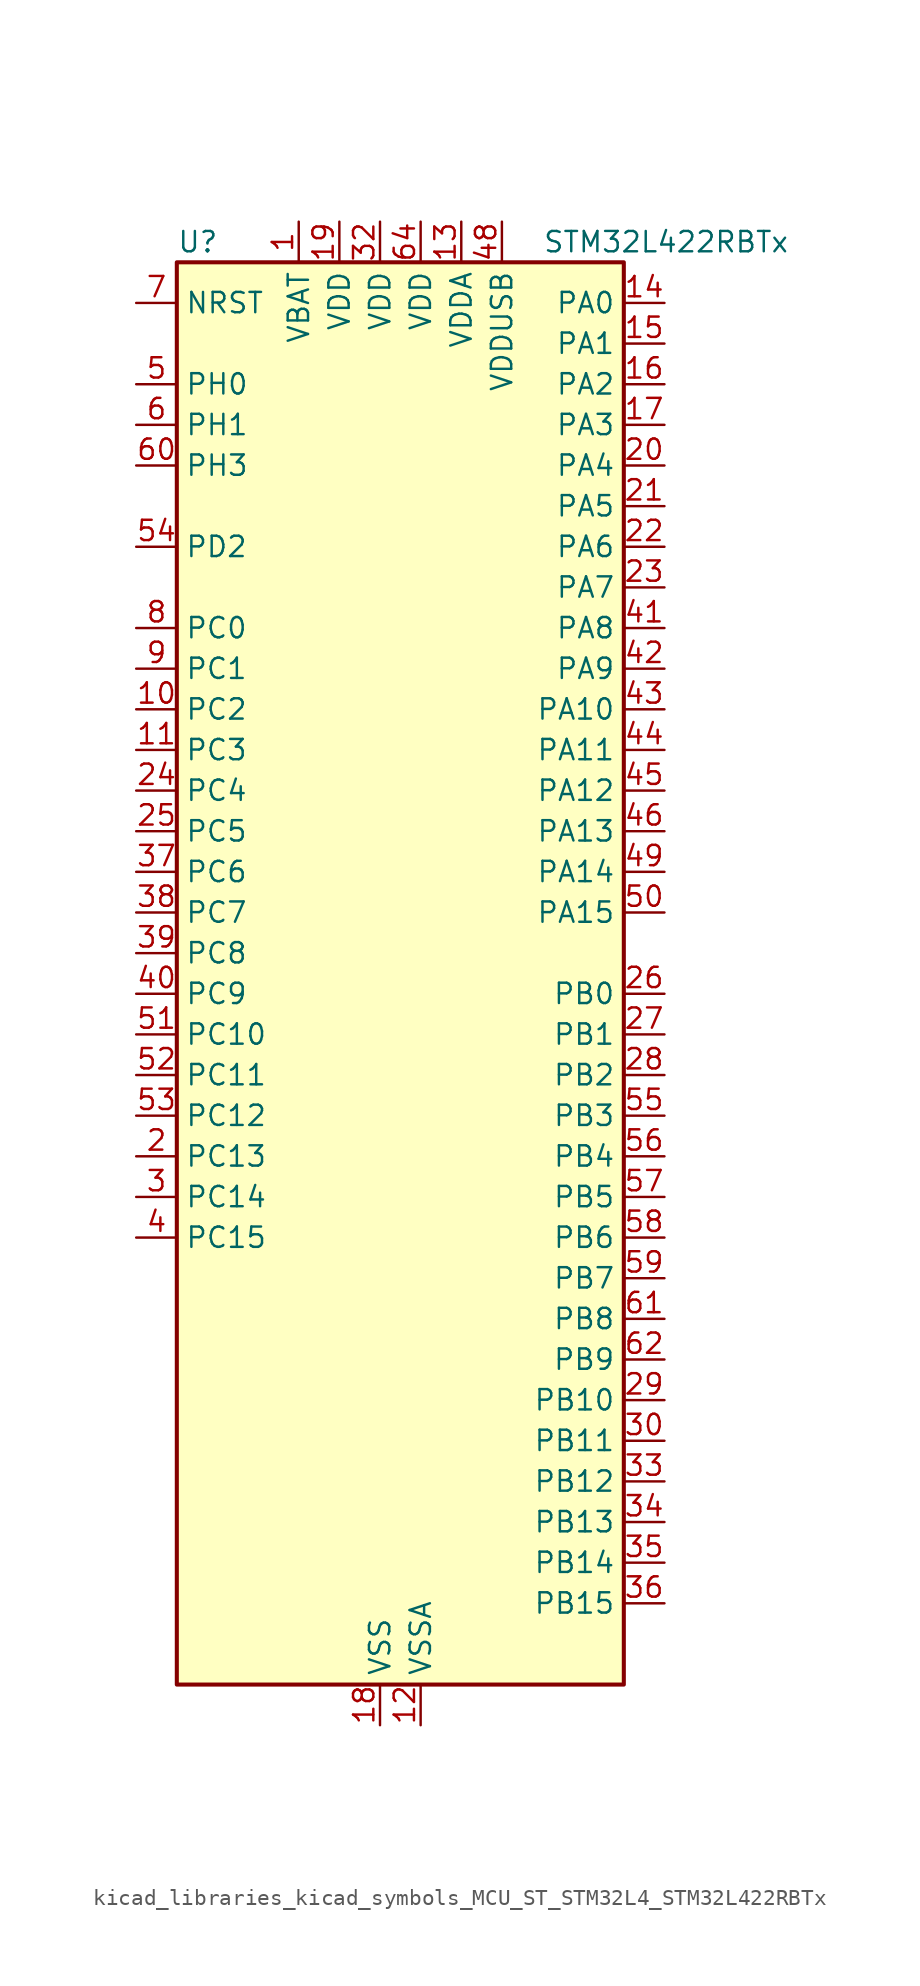
<source format=kicad_sym>
(kicad_symbol_lib
  (version 20220914)
  (generator kicad_symbol_editor)
  (symbol "kicad_libraries_kicad_symbols_MCU_ST_STM32L4_STM32L422RBTx"
    (property "Reference" "U"
      (at -12.7 46.99 0)
      (effects (font (size 1.27 1.27)) (justify left)))
    (property "Value" "STM32L422RBTx"
      (at 10.16 46.99 0)
      (effects (font (size 1.27 1.27)) (justify left)))
    (property "ki_locked" ""
      (at 0 0 0)
      (effects (font (size 1.27 1.27))))
    (symbol "kicad_libraries_kicad_symbols_MCU_ST_STM32L4_STM32L422RBTx_0_1"
      (rectangle (start -12.7 -43.18) (end 15.24 45.72) (stroke (width 0.254) (type default)) (fill (type background))))
    (symbol "kicad_libraries_kicad_symbols_MCU_ST_STM32L4_STM32L422RBTx_1_1"
      (pin power_in line (at -5.08 48.26 270) (length 2.54) (name "VBAT" (effects (font (size 1.27 1.27)))) (number "1" (effects (font (size 1.27 1.27)))))
      (pin bidirectional line (at -15.24 17.78 0) (length 2.54) (name "PC2" (effects (font (size 1.27 1.27)))) (number "10" (effects (font (size 1.27 1.27)))) (alternate "ADC1_IN3" bidirectional line) (alternate "ADC2_IN3" bidirectional line) (alternate "LPTIM1_IN2" bidirectional line) (alternate "SPI2_MISO" bidirectional line))
      (pin bidirectional line (at -15.24 15.24 0) (length 2.54) (name "PC3" (effects (font (size 1.27 1.27)))) (number "11" (effects (font (size 1.27 1.27)))) (alternate "ADC1_IN4" bidirectional line) (alternate "ADC2_IN4" bidirectional line) (alternate "LPTIM1_ETR" bidirectional line) (alternate "LPTIM2_ETR" bidirectional line) (alternate "SPI2_MOSI" bidirectional line))
      (pin power_in line (at 2.54 -45.72 90) (length 2.54) (name "VSSA" (effects (font (size 1.27 1.27)))) (number "12" (effects (font (size 1.27 1.27)))))
      (pin power_in line (at 5.08 48.26 270) (length 2.54) (name "VDDA" (effects (font (size 1.27 1.27)))) (number "13" (effects (font (size 1.27 1.27)))))
      (pin bidirectional line (at 17.78 43.18 180) (length 2.54) (name "PA0" (effects (font (size 1.27 1.27)))) (number "14" (effects (font (size 1.27 1.27)))) (alternate "ADC1_IN5" bidirectional line) (alternate "COMP1_INM" bidirectional line) (alternate "COMP1_OUT" bidirectional line) (alternate "OPAMP1_VINP" bidirectional line) (alternate "RTC_TAMP2" bidirectional line) (alternate "SYS_WKUP1" bidirectional line) (alternate "TIM2_CH1" bidirectional line) (alternate "TIM2_ETR" bidirectional line) (alternate "USART2_CTS" bidirectional line))
      (pin bidirectional line (at 17.78 40.64 180) (length 2.54) (name "PA1" (effects (font (size 1.27 1.27)))) (number "15" (effects (font (size 1.27 1.27)))) (alternate "ADC1_IN6" bidirectional line) (alternate "COMP1_INP" bidirectional line) (alternate "I2C1_SMBA" bidirectional line) (alternate "OPAMP1_VINM" bidirectional line) (alternate "SPI1_SCK" bidirectional line) (alternate "TIM15_CH1N" bidirectional line) (alternate "TIM2_CH2" bidirectional line) (alternate "USART2_DE" bidirectional line) (alternate "USART2_RTS" bidirectional line))
      (pin bidirectional line (at 17.78 38.1 180) (length 2.54) (name "PA2" (effects (font (size 1.27 1.27)))) (number "16" (effects (font (size 1.27 1.27)))) (alternate "ADC1_IN7" bidirectional line) (alternate "ADC2_IN7" bidirectional line) (alternate "LPUART1_TX" bidirectional line) (alternate "QUADSPI_BK1_NCS" bidirectional line) (alternate "RCC_LSCO" bidirectional line) (alternate "SYS_WKUP4" bidirectional line) (alternate "TIM15_CH1" bidirectional line) (alternate "TIM2_CH3" bidirectional line) (alternate "USART2_TX" bidirectional line))
      (pin bidirectional line (at 17.78 35.56 180) (length 2.54) (name "PA3" (effects (font (size 1.27 1.27)))) (number "17" (effects (font (size 1.27 1.27)))) (alternate "ADC1_IN8" bidirectional line) (alternate "ADC2_IN8" bidirectional line) (alternate "LPUART1_RX" bidirectional line) (alternate "OPAMP1_VOUT" bidirectional line) (alternate "QUADSPI_CLK" bidirectional line) (alternate "TIM15_CH2" bidirectional line) (alternate "TIM2_CH4" bidirectional line) (alternate "USART2_RX" bidirectional line))
      (pin power_in line (at 0 -45.72 90) (length 2.54) (name "VSS" (effects (font (size 1.27 1.27)))) (number "18" (effects (font (size 1.27 1.27)))))
      (pin power_in line (at -2.54 48.26 270) (length 2.54) (name "VDD" (effects (font (size 1.27 1.27)))) (number "19" (effects (font (size 1.27 1.27)))))
      (pin bidirectional line (at -15.24 -10.16 0) (length 2.54) (name "PC13" (effects (font (size 1.27 1.27)))) (number "2" (effects (font (size 1.27 1.27)))) (alternate "RTC_OUT_ALARM" bidirectional line) (alternate "RTC_OUT_CALIB" bidirectional line) (alternate "RTC_TAMP1" bidirectional line) (alternate "RTC_TS" bidirectional line) (alternate "SYS_WKUP2" bidirectional line))
      (pin bidirectional line (at 17.78 33.02 180) (length 2.54) (name "PA4" (effects (font (size 1.27 1.27)))) (number "20" (effects (font (size 1.27 1.27)))) (alternate "ADC1_IN9" bidirectional line) (alternate "ADC2_IN9" bidirectional line) (alternate "COMP1_INM" bidirectional line) (alternate "LPTIM2_OUT" bidirectional line) (alternate "SPI1_NSS" bidirectional line) (alternate "USART2_CK" bidirectional line))
      (pin bidirectional line (at 17.78 30.48 180) (length 2.54) (name "PA5" (effects (font (size 1.27 1.27)))) (number "21" (effects (font (size 1.27 1.27)))) (alternate "ADC1_IN10" bidirectional line) (alternate "ADC2_IN10" bidirectional line) (alternate "COMP1_INM" bidirectional line) (alternate "LPTIM2_ETR" bidirectional line) (alternate "SPI1_SCK" bidirectional line) (alternate "TIM2_CH1" bidirectional line) (alternate "TIM2_ETR" bidirectional line))
      (pin bidirectional line (at 17.78 27.94 180) (length 2.54) (name "PA6" (effects (font (size 1.27 1.27)))) (number "22" (effects (font (size 1.27 1.27)))) (alternate "ADC1_IN11" bidirectional line) (alternate "ADC2_IN11" bidirectional line) (alternate "COMP1_OUT" bidirectional line) (alternate "LPUART1_CTS" bidirectional line) (alternate "QUADSPI_BK1_IO3" bidirectional line) (alternate "SPI1_MISO" bidirectional line) (alternate "TIM16_CH1" bidirectional line) (alternate "TIM1_BKIN" bidirectional line) (alternate "USART3_CTS" bidirectional line))
      (pin bidirectional line (at 17.78 25.4 180) (length 2.54) (name "PA7" (effects (font (size 1.27 1.27)))) (number "23" (effects (font (size 1.27 1.27)))) (alternate "ADC1_IN12" bidirectional line) (alternate "ADC2_IN12" bidirectional line) (alternate "I2C3_SCL" bidirectional line) (alternate "QUADSPI_BK1_IO2" bidirectional line) (alternate "SPI1_MOSI" bidirectional line) (alternate "TIM1_CH1N" bidirectional line))
      (pin bidirectional line (at -15.24 12.7 0) (length 2.54) (name "PC4" (effects (font (size 1.27 1.27)))) (number "24" (effects (font (size 1.27 1.27)))) (alternate "ADC1_IN13" bidirectional line) (alternate "ADC2_IN13" bidirectional line) (alternate "COMP1_INM" bidirectional line) (alternate "USART3_TX" bidirectional line))
      (pin bidirectional line (at -15.24 10.16 0) (length 2.54) (name "PC5" (effects (font (size 1.27 1.27)))) (number "25" (effects (font (size 1.27 1.27)))) (alternate "ADC1_IN14" bidirectional line) (alternate "ADC2_IN14" bidirectional line) (alternate "COMP1_INP" bidirectional line) (alternate "SYS_WKUP5" bidirectional line) (alternate "USART3_RX" bidirectional line))
      (pin bidirectional line (at 17.78 0 180) (length 2.54) (name "PB0" (effects (font (size 1.27 1.27)))) (number "26" (effects (font (size 1.27 1.27)))) (alternate "ADC1_IN15" bidirectional line) (alternate "ADC2_IN15" bidirectional line) (alternate "COMP1_OUT" bidirectional line) (alternate "QUADSPI_BK1_IO1" bidirectional line) (alternate "SPI1_NSS" bidirectional line) (alternate "SYS_TRACED0" bidirectional line) (alternate "TIM1_CH2N" bidirectional line) (alternate "USART3_CK" bidirectional line))
      (pin bidirectional line (at 17.78 -2.54 180) (length 2.54) (name "PB1" (effects (font (size 1.27 1.27)))) (number "27" (effects (font (size 1.27 1.27)))) (alternate "ADC1_IN16" bidirectional line) (alternate "ADC2_IN16" bidirectional line) (alternate "COMP1_INM" bidirectional line) (alternate "LPTIM2_IN1" bidirectional line) (alternate "LPUART1_DE" bidirectional line) (alternate "LPUART1_RTS" bidirectional line) (alternate "QUADSPI_BK1_IO0" bidirectional line) (alternate "SYS_TRACED1" bidirectional line) (alternate "TIM1_CH3N" bidirectional line) (alternate "USART3_DE" bidirectional line) (alternate "USART3_RTS" bidirectional line))
      (pin bidirectional line (at 17.78 -5.08 180) (length 2.54) (name "PB2" (effects (font (size 1.27 1.27)))) (number "28" (effects (font (size 1.27 1.27)))) (alternate "COMP1_INP" bidirectional line) (alternate "I2C3_SMBA" bidirectional line) (alternate "LPTIM1_OUT" bidirectional line) (alternate "RTC_OUT_ALARM" bidirectional line) (alternate "RTC_OUT_CALIB" bidirectional line))
      (pin bidirectional line (at 17.78 -25.4 180) (length 2.54) (name "PB10" (effects (font (size 1.27 1.27)))) (number "29" (effects (font (size 1.27 1.27)))) (alternate "COMP1_OUT" bidirectional line) (alternate "I2C2_SCL" bidirectional line) (alternate "LPUART1_RX" bidirectional line) (alternate "QUADSPI_CLK" bidirectional line) (alternate "SPI2_SCK" bidirectional line) (alternate "TIM2_CH3" bidirectional line) (alternate "TSC_SYNC" bidirectional line) (alternate "USART3_TX" bidirectional line))
      (pin bidirectional line (at -15.24 -12.7 0) (length 2.54) (name "PC14" (effects (font (size 1.27 1.27)))) (number "3" (effects (font (size 1.27 1.27)))) (alternate "RCC_OSC32_IN" bidirectional line))
      (pin bidirectional line (at 17.78 -27.94 180) (length 2.54) (name "PB11" (effects (font (size 1.27 1.27)))) (number "30" (effects (font (size 1.27 1.27)))) (alternate "ADC1_EXTI11" bidirectional line) (alternate "ADC2_EXTI11" bidirectional line) (alternate "I2C2_SDA" bidirectional line) (alternate "LPUART1_TX" bidirectional line) (alternate "QUADSPI_BK1_NCS" bidirectional line) (alternate "TIM2_CH4" bidirectional line) (alternate "USART3_RX" bidirectional line))
      (pin passive line (at 0 -45.72 90) (length 2.54) hide (name "VSS" (effects (font (size 1.27 1.27)))) (number "31" (effects (font (size 1.27 1.27)))))
      (pin power_in line (at 0 48.26 270) (length 2.54) (name "VDD" (effects (font (size 1.27 1.27)))) (number "32" (effects (font (size 1.27 1.27)))))
      (pin bidirectional line (at 17.78 -30.48 180) (length 2.54) (name "PB12" (effects (font (size 1.27 1.27)))) (number "33" (effects (font (size 1.27 1.27)))) (alternate "I2C2_SMBA" bidirectional line) (alternate "LPUART1_DE" bidirectional line) (alternate "LPUART1_RTS" bidirectional line) (alternate "SPI2_NSS" bidirectional line) (alternate "TIM15_BKIN" bidirectional line) (alternate "TIM1_BKIN" bidirectional line) (alternate "TSC_G1_IO1" bidirectional line) (alternate "USART3_CK" bidirectional line))
      (pin bidirectional line (at 17.78 -33.02 180) (length 2.54) (name "PB13" (effects (font (size 1.27 1.27)))) (number "34" (effects (font (size 1.27 1.27)))) (alternate "I2C2_SCL" bidirectional line) (alternate "LPUART1_CTS" bidirectional line) (alternate "SPI2_SCK" bidirectional line) (alternate "TIM15_CH1N" bidirectional line) (alternate "TIM1_CH1N" bidirectional line) (alternate "TSC_G1_IO2" bidirectional line) (alternate "USART3_CTS" bidirectional line))
      (pin bidirectional line (at 17.78 -35.56 180) (length 2.54) (name "PB14" (effects (font (size 1.27 1.27)))) (number "35" (effects (font (size 1.27 1.27)))) (alternate "I2C2_SDA" bidirectional line) (alternate "SPI2_MISO" bidirectional line) (alternate "TIM15_CH1" bidirectional line) (alternate "TIM1_CH2N" bidirectional line) (alternate "TSC_G1_IO3" bidirectional line) (alternate "USART3_DE" bidirectional line) (alternate "USART3_RTS" bidirectional line))
      (pin bidirectional line (at 17.78 -38.1 180) (length 2.54) (name "PB15" (effects (font (size 1.27 1.27)))) (number "36" (effects (font (size 1.27 1.27)))) (alternate "ADC1_EXTI15" bidirectional line) (alternate "ADC2_EXTI15" bidirectional line) (alternate "RTC_REFIN" bidirectional line) (alternate "SPI2_MOSI" bidirectional line) (alternate "TIM15_CH2" bidirectional line) (alternate "TIM1_CH3N" bidirectional line) (alternate "TSC_G1_IO4" bidirectional line))
      (pin bidirectional line (at -15.24 7.62 0) (length 2.54) (name "PC6" (effects (font (size 1.27 1.27)))) (number "37" (effects (font (size 1.27 1.27)))) (alternate "TSC_G4_IO1" bidirectional line))
      (pin bidirectional line (at -15.24 5.08 0) (length 2.54) (name "PC7" (effects (font (size 1.27 1.27)))) (number "38" (effects (font (size 1.27 1.27)))) (alternate "TSC_G4_IO2" bidirectional line))
      (pin bidirectional line (at -15.24 2.54 0) (length 2.54) (name "PC8" (effects (font (size 1.27 1.27)))) (number "39" (effects (font (size 1.27 1.27)))) (alternate "TSC_G4_IO3" bidirectional line))
      (pin bidirectional line (at -15.24 -15.24 0) (length 2.54) (name "PC15" (effects (font (size 1.27 1.27)))) (number "4" (effects (font (size 1.27 1.27)))) (alternate "ADC1_EXTI15" bidirectional line) (alternate "ADC2_EXTI15" bidirectional line) (alternate "RCC_OSC32_OUT" bidirectional line))
      (pin bidirectional line (at -15.24 0 0) (length 2.54) (name "PC9" (effects (font (size 1.27 1.27)))) (number "40" (effects (font (size 1.27 1.27)))) (alternate "TSC_G4_IO4" bidirectional line) (alternate "USB_NOE" bidirectional line))
      (pin bidirectional line (at 17.78 22.86 180) (length 2.54) (name "PA8" (effects (font (size 1.27 1.27)))) (number "41" (effects (font (size 1.27 1.27)))) (alternate "LPTIM2_OUT" bidirectional line) (alternate "RCC_MCO" bidirectional line) (alternate "TIM1_CH1" bidirectional line) (alternate "USART1_CK" bidirectional line))
      (pin bidirectional line (at 17.78 20.32 180) (length 2.54) (name "PA9" (effects (font (size 1.27 1.27)))) (number "42" (effects (font (size 1.27 1.27)))) (alternate "I2C1_SCL" bidirectional line) (alternate "TIM15_BKIN" bidirectional line) (alternate "TIM1_CH2" bidirectional line) (alternate "USART1_TX" bidirectional line))
      (pin bidirectional line (at 17.78 17.78 180) (length 2.54) (name "PA10" (effects (font (size 1.27 1.27)))) (number "43" (effects (font (size 1.27 1.27)))) (alternate "CRS_SYNC" bidirectional line) (alternate "I2C1_SDA" bidirectional line) (alternate "TIM1_CH3" bidirectional line) (alternate "USART1_RX" bidirectional line))
      (pin bidirectional line (at 17.78 15.24 180) (length 2.54) (name "PA11" (effects (font (size 1.27 1.27)))) (number "44" (effects (font (size 1.27 1.27)))) (alternate "ADC1_EXTI11" bidirectional line) (alternate "ADC2_EXTI11" bidirectional line) (alternate "COMP1_OUT" bidirectional line) (alternate "SPI1_MISO" bidirectional line) (alternate "TIM1_BKIN2" bidirectional line) (alternate "TIM1_BKIN2_COMP1" bidirectional line) (alternate "TIM1_CH4" bidirectional line) (alternate "USART1_CTS" bidirectional line) (alternate "USB_DM" bidirectional line))
      (pin bidirectional line (at 17.78 12.7 180) (length 2.54) (name "PA12" (effects (font (size 1.27 1.27)))) (number "45" (effects (font (size 1.27 1.27)))) (alternate "SPI1_MOSI" bidirectional line) (alternate "TIM1_ETR" bidirectional line) (alternate "USART1_DE" bidirectional line) (alternate "USART1_RTS" bidirectional line) (alternate "USB_DP" bidirectional line))
      (pin bidirectional line (at 17.78 10.16 180) (length 2.54) (name "PA13" (effects (font (size 1.27 1.27)))) (number "46" (effects (font (size 1.27 1.27)))) (alternate "IR_OUT" bidirectional line) (alternate "SYS_JTMS-SWDIO" bidirectional line) (alternate "USB_NOE" bidirectional line))
      (pin passive line (at 0 -45.72 90) (length 2.54) hide (name "VSS" (effects (font (size 1.27 1.27)))) (number "47" (effects (font (size 1.27 1.27)))))
      (pin power_in line (at 7.62 48.26 270) (length 2.54) (name "VDDUSB" (effects (font (size 1.27 1.27)))) (number "48" (effects (font (size 1.27 1.27)))))
      (pin bidirectional line (at 17.78 7.62 180) (length 2.54) (name "PA14" (effects (font (size 1.27 1.27)))) (number "49" (effects (font (size 1.27 1.27)))) (alternate "I2C1_SMBA" bidirectional line) (alternate "LPTIM1_OUT" bidirectional line) (alternate "SYS_JTCK-SWCLK" bidirectional line))
      (pin bidirectional line (at -15.24 38.1 0) (length 2.54) (name "PH0" (effects (font (size 1.27 1.27)))) (number "5" (effects (font (size 1.27 1.27)))) (alternate "RCC_OSC_IN" bidirectional line))
      (pin bidirectional line (at 17.78 5.08 180) (length 2.54) (name "PA15" (effects (font (size 1.27 1.27)))) (number "50" (effects (font (size 1.27 1.27)))) (alternate "ADC1_EXTI15" bidirectional line) (alternate "ADC2_EXTI15" bidirectional line) (alternate "SPI1_NSS" bidirectional line) (alternate "SYS_JTDI" bidirectional line) (alternate "TIM2_CH1" bidirectional line) (alternate "TIM2_ETR" bidirectional line) (alternate "TSC_G3_IO1" bidirectional line) (alternate "USART2_RX" bidirectional line) (alternate "USART3_DE" bidirectional line) (alternate "USART3_RTS" bidirectional line))
      (pin bidirectional line (at -15.24 -2.54 0) (length 2.54) (name "PC10" (effects (font (size 1.27 1.27)))) (number "51" (effects (font (size 1.27 1.27)))) (alternate "SYS_TRACED1" bidirectional line) (alternate "TSC_G3_IO2" bidirectional line) (alternate "USART3_TX" bidirectional line))
      (pin bidirectional line (at -15.24 -5.08 0) (length 2.54) (name "PC11" (effects (font (size 1.27 1.27)))) (number "52" (effects (font (size 1.27 1.27)))) (alternate "ADC1_EXTI11" bidirectional line) (alternate "ADC2_EXTI11" bidirectional line) (alternate "TSC_G3_IO3" bidirectional line) (alternate "USART3_RX" bidirectional line))
      (pin bidirectional line (at -15.24 -7.62 0) (length 2.54) (name "PC12" (effects (font (size 1.27 1.27)))) (number "53" (effects (font (size 1.27 1.27)))) (alternate "SYS_TRACED3" bidirectional line) (alternate "TSC_G3_IO4" bidirectional line) (alternate "USART3_CK" bidirectional line))
      (pin bidirectional line (at -15.24 27.94 0) (length 2.54) (name "PD2" (effects (font (size 1.27 1.27)))) (number "54" (effects (font (size 1.27 1.27)))) (alternate "SYS_TRACED2" bidirectional line) (alternate "TSC_SYNC" bidirectional line) (alternate "USART3_DE" bidirectional line) (alternate "USART3_RTS" bidirectional line))
      (pin bidirectional line (at 17.78 -7.62 180) (length 2.54) (name "PB3" (effects (font (size 1.27 1.27)))) (number "55" (effects (font (size 1.27 1.27)))) (alternate "SPI1_SCK" bidirectional line) (alternate "SYS_JTDO-SWO" bidirectional line) (alternate "TIM2_CH2" bidirectional line) (alternate "USART1_DE" bidirectional line) (alternate "USART1_RTS" bidirectional line))
      (pin bidirectional line (at 17.78 -10.16 180) (length 2.54) (name "PB4" (effects (font (size 1.27 1.27)))) (number "56" (effects (font (size 1.27 1.27)))) (alternate "I2C3_SDA" bidirectional line) (alternate "SPI1_MISO" bidirectional line) (alternate "SYS_JTRST" bidirectional line) (alternate "TSC_G2_IO1" bidirectional line) (alternate "USART1_CTS" bidirectional line))
      (pin bidirectional line (at 17.78 -12.7 180) (length 2.54) (name "PB5" (effects (font (size 1.27 1.27)))) (number "57" (effects (font (size 1.27 1.27)))) (alternate "I2C1_SMBA" bidirectional line) (alternate "LPTIM1_IN1" bidirectional line) (alternate "SPI1_MOSI" bidirectional line) (alternate "SYS_TRACED2" bidirectional line) (alternate "TIM16_BKIN" bidirectional line) (alternate "TSC_G2_IO2" bidirectional line) (alternate "USART1_CK" bidirectional line))
      (pin bidirectional line (at 17.78 -15.24 180) (length 2.54) (name "PB6" (effects (font (size 1.27 1.27)))) (number "58" (effects (font (size 1.27 1.27)))) (alternate "I2C1_SCL" bidirectional line) (alternate "LPTIM1_ETR" bidirectional line) (alternate "SYS_TRACED3" bidirectional line) (alternate "TIM16_CH1N" bidirectional line) (alternate "TSC_G2_IO3" bidirectional line) (alternate "USART1_TX" bidirectional line))
      (pin bidirectional line (at 17.78 -17.78 180) (length 2.54) (name "PB7" (effects (font (size 1.27 1.27)))) (number "59" (effects (font (size 1.27 1.27)))) (alternate "I2C1_SDA" bidirectional line) (alternate "LPTIM1_IN2" bidirectional line) (alternate "SYS_PVD_IN" bidirectional line) (alternate "SYS_TRACECLK" bidirectional line) (alternate "TSC_G2_IO4" bidirectional line) (alternate "USART1_RX" bidirectional line))
      (pin bidirectional line (at -15.24 35.56 0) (length 2.54) (name "PH1" (effects (font (size 1.27 1.27)))) (number "6" (effects (font (size 1.27 1.27)))) (alternate "RCC_OSC_OUT" bidirectional line))
      (pin bidirectional line (at -15.24 33.02 0) (length 2.54) (name "PH3" (effects (font (size 1.27 1.27)))) (number "60" (effects (font (size 1.27 1.27)))))
      (pin bidirectional line (at 17.78 -20.32 180) (length 2.54) (name "PB8" (effects (font (size 1.27 1.27)))) (number "61" (effects (font (size 1.27 1.27)))) (alternate "I2C1_SCL" bidirectional line) (alternate "TIM16_CH1" bidirectional line))
      (pin bidirectional line (at 17.78 -22.86 180) (length 2.54) (name "PB9" (effects (font (size 1.27 1.27)))) (number "62" (effects (font (size 1.27 1.27)))) (alternate "I2C1_SDA" bidirectional line) (alternate "IR_OUT" bidirectional line) (alternate "SPI2_NSS" bidirectional line))
      (pin passive line (at 0 -45.72 90) (length 2.54) hide (name "VSS" (effects (font (size 1.27 1.27)))) (number "63" (effects (font (size 1.27 1.27)))))
      (pin power_in line (at 2.54 48.26 270) (length 2.54) (name "VDD" (effects (font (size 1.27 1.27)))) (number "64" (effects (font (size 1.27 1.27)))))
      (pin input line (at -15.24 43.18 0) (length 2.54) (name "NRST" (effects (font (size 1.27 1.27)))) (number "7" (effects (font (size 1.27 1.27)))))
      (pin bidirectional line (at -15.24 22.86 0) (length 2.54) (name "PC0" (effects (font (size 1.27 1.27)))) (number "8" (effects (font (size 1.27 1.27)))) (alternate "ADC1_IN1" bidirectional line) (alternate "ADC2_IN1" bidirectional line) (alternate "I2C3_SCL" bidirectional line) (alternate "LPTIM1_IN1" bidirectional line) (alternate "LPTIM2_IN1" bidirectional line) (alternate "LPUART1_RX" bidirectional line) (alternate "SYS_TRACECLK" bidirectional line))
      (pin bidirectional line (at -15.24 20.32 0) (length 2.54) (name "PC1" (effects (font (size 1.27 1.27)))) (number "9" (effects (font (size 1.27 1.27)))) (alternate "ADC1_IN2" bidirectional line) (alternate "ADC2_IN2" bidirectional line) (alternate "I2C3_SDA" bidirectional line) (alternate "LPTIM1_OUT" bidirectional line) (alternate "LPUART1_TX" bidirectional line) (alternate "SYS_TRACED0" bidirectional line)))))
</source>
